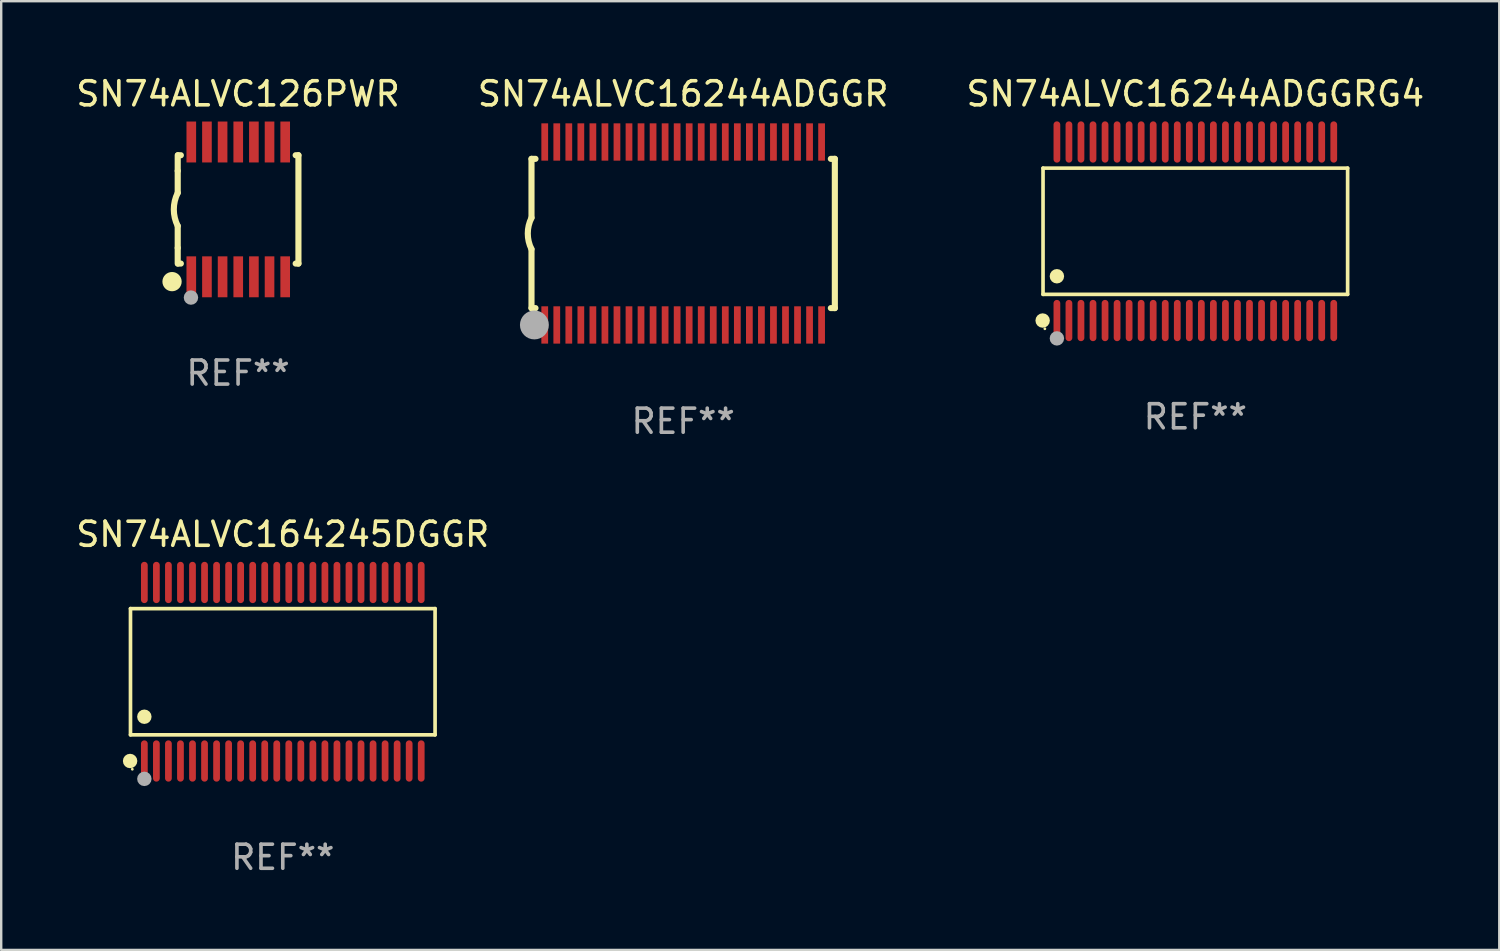
<source format=kicad_pcb>
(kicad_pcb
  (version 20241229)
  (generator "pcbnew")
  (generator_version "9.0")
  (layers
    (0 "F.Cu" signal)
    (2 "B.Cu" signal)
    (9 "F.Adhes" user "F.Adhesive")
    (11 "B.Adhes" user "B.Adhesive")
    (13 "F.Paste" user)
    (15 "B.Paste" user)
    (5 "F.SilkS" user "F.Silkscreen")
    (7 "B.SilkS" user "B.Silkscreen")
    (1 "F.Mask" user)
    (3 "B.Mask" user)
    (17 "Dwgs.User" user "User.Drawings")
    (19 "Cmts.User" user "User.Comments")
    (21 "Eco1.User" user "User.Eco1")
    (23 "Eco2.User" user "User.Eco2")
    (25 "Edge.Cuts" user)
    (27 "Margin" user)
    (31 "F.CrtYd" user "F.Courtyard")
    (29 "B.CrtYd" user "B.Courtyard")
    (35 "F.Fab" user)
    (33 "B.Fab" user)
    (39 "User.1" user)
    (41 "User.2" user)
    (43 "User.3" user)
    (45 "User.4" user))
  (footprint "SN74ALVC16244ADGGRG4"
    (layer "F.Cu")
    (at 46.601 6.556)
    (property "Reference" "SN74ALVC16244ADGGRG4" (at 0 -5.708 0) (layer "F.SilkS") (effects (font (size 1 1) (thickness 0.15))))
    (attr through_hole)
    (fp_line (start -6.326 -2.622) (end 6.326 -2.622) (stroke (width 0.152) (type solid)) (layer "F.SilkS"))
    (fp_line (start -6.326 2.621) (end -6.326 -2.622) (stroke (width 0.152) (type solid)) (layer "F.SilkS"))
    (fp_line (start 6.326 -2.622) (end 6.326 2.621) (stroke (width 0.152) (type solid)) (layer "F.SilkS"))
    (fp_line (start 6.326 2.621) (end -6.326 2.621) (stroke (width 0.152) (type solid)) (layer "F.SilkS"))
    (fp_circle (center -6.342 3.708) (end -6.192 3.708) (stroke (width 0.3) (type solid)) (fill no) (layer "F.SilkS"))
    (fp_circle (center -6.25 4.05) (end -6.22 4.05) (stroke (width 0.06) (type solid)) (fill no) (layer "F.SilkS"))
    (fp_circle (center -5.75 1.869) (end -5.6 1.869) (stroke (width 0.3) (type solid)) (fill no) (layer "F.SilkS"))
    (fp_circle (center -5.75 4.45) (end -5.6 4.45) (stroke (width 0.3) (type solid)) (fill no) (layer "F.Fab"))
    (fp_text user "REF**" (at 0 7.708 0) (layer "F.Fab") (effects (font (size 1 1) (thickness 0.15))))
    (pad "1" smd oval (at -5.75 3.708) (size 0.28 1.715) (layers "F.Cu" "F.Mask" "F.Paste"))
    (pad "2" smd oval (at -5.25 3.708) (size 0.28 1.715) (layers "F.Cu" "F.Mask" "F.Paste"))
    (pad "3" smd oval (at -4.75 3.708) (size 0.28 1.715) (layers "F.Cu" "F.Mask" "F.Paste"))
    (pad "4" smd oval (at -4.25 3.708) (size 0.28 1.715) (layers "F.Cu" "F.Mask" "F.Paste"))
    (pad "5" smd oval (at -3.75 3.708) (size 0.28 1.715) (layers "F.Cu" "F.Mask" "F.Paste"))
    (pad "6" smd oval (at -3.25 3.708) (size 0.28 1.715) (layers "F.Cu" "F.Mask" "F.Paste"))
    (pad "7" smd oval (at -2.75 3.708) (size 0.28 1.715) (layers "F.Cu" "F.Mask" "F.Paste"))
    (pad "8" smd oval (at -2.25 3.708) (size 0.28 1.715) (layers "F.Cu" "F.Mask" "F.Paste"))
    (pad "9" smd oval (at -1.75 3.708) (size 0.28 1.715) (layers "F.Cu" "F.Mask" "F.Paste"))
    (pad "10" smd oval (at -1.25 3.708) (size 0.28 1.715) (layers "F.Cu" "F.Mask" "F.Paste"))
    (pad "11" smd oval (at -0.75 3.708) (size 0.28 1.715) (layers "F.Cu" "F.Mask" "F.Paste"))
    (pad "12" smd oval (at -0.25 3.708) (size 0.28 1.715) (layers "F.Cu" "F.Mask" "F.Paste"))
    (pad "13" smd oval (at 0.25 3.708) (size 0.28 1.715) (layers "F.Cu" "F.Mask" "F.Paste"))
    (pad "14" smd oval (at 0.75 3.708) (size 0.28 1.715) (layers "F.Cu" "F.Mask" "F.Paste"))
    (pad "15" smd oval (at 1.25 3.708) (size 0.28 1.715) (layers "F.Cu" "F.Mask" "F.Paste"))
    (pad "16" smd oval (at 1.75 3.708) (size 0.28 1.715) (layers "F.Cu" "F.Mask" "F.Paste"))
    (pad "17" smd oval (at 2.25 3.708) (size 0.28 1.715) (layers "F.Cu" "F.Mask" "F.Paste"))
    (pad "18" smd oval (at 2.75 3.708) (size 0.28 1.715) (layers "F.Cu" "F.Mask" "F.Paste"))
    (pad "19" smd oval (at 3.25 3.708) (size 0.28 1.715) (layers "F.Cu" "F.Mask" "F.Paste"))
    (pad "20" smd oval (at 3.75 3.708) (size 0.28 1.715) (layers "F.Cu" "F.Mask" "F.Paste"))
    (pad "21" smd oval (at 4.25 3.708) (size 0.28 1.715) (layers "F.Cu" "F.Mask" "F.Paste"))
    (pad "22" smd oval (at 4.75 3.708) (size 0.28 1.715) (layers "F.Cu" "F.Mask" "F.Paste"))
    (pad "23" smd oval (at 5.25 3.708) (size 0.28 1.715) (layers "F.Cu" "F.Mask" "F.Paste"))
    (pad "24" smd oval (at 5.75 3.708) (size 0.28 1.715) (layers "F.Cu" "F.Mask" "F.Paste"))
    (pad "25" smd oval (at 5.75 -3.708) (size 0.28 1.715) (layers "F.Cu" "F.Mask" "F.Paste"))
    (pad "26" smd oval (at 5.25 -3.708) (size 0.28 1.715) (layers "F.Cu" "F.Mask" "F.Paste"))
    (pad "27" smd oval (at 4.75 -3.708) (size 0.28 1.715) (layers "F.Cu" "F.Mask" "F.Paste"))
    (pad "28" smd oval (at 4.25 -3.708) (size 0.28 1.715) (layers "F.Cu" "F.Mask" "F.Paste"))
    (pad "29" smd oval (at 3.75 -3.708) (size 0.28 1.715) (layers "F.Cu" "F.Mask" "F.Paste"))
    (pad "30" smd oval (at 3.25 -3.708) (size 0.28 1.715) (layers "F.Cu" "F.Mask" "F.Paste"))
    (pad "31" smd oval (at 2.75 -3.708) (size 0.28 1.715) (layers "F.Cu" "F.Mask" "F.Paste"))
    (pad "32" smd oval (at 2.25 -3.708) (size 0.28 1.715) (layers "F.Cu" "F.Mask" "F.Paste"))
    (pad "33" smd oval (at 1.75 -3.708) (size 0.28 1.715) (layers "F.Cu" "F.Mask" "F.Paste"))
    (pad "34" smd oval (at 1.25 -3.708) (size 0.28 1.715) (layers "F.Cu" "F.Mask" "F.Paste"))
    (pad "35" smd oval (at 0.75 -3.708) (size 0.28 1.715) (layers "F.Cu" "F.Mask" "F.Paste"))
    (pad "36" smd oval (at 0.25 -3.708) (size 0.28 1.715) (layers "F.Cu" "F.Mask" "F.Paste"))
    (pad "37" smd oval (at -0.25 -3.708) (size 0.28 1.715) (layers "F.Cu" "F.Mask" "F.Paste"))
    (pad "38" smd oval (at -0.75 -3.708) (size 0.28 1.715) (layers "F.Cu" "F.Mask" "F.Paste"))
    (pad "39" smd oval (at -1.25 -3.708) (size 0.28 1.715) (layers "F.Cu" "F.Mask" "F.Paste"))
    (pad "40" smd oval (at -1.75 -3.708) (size 0.28 1.715) (layers "F.Cu" "F.Mask" "F.Paste"))
    (pad "41" smd oval (at -2.25 -3.708) (size 0.28 1.715) (layers "F.Cu" "F.Mask" "F.Paste"))
    (pad "42" smd oval (at -2.75 -3.708) (size 0.28 1.715) (layers "F.Cu" "F.Mask" "F.Paste"))
    (pad "43" smd oval (at -3.25 -3.708) (size 0.28 1.715) (layers "F.Cu" "F.Mask" "F.Paste"))
    (pad "44" smd oval (at -3.75 -3.708) (size 0.28 1.715) (layers "F.Cu" "F.Mask" "F.Paste"))
    (pad "45" smd oval (at -4.25 -3.708) (size 0.28 1.715) (layers "F.Cu" "F.Mask" "F.Paste"))
    (pad "46" smd oval (at -4.75 -3.708) (size 0.28 1.715) (layers "F.Cu" "F.Mask" "F.Paste"))
    (pad "47" smd oval (at -5.25 -3.708) (size 0.28 1.715) (layers "F.Cu" "F.Mask" "F.Paste"))
    (pad "48" smd oval (at -5.75 -3.708) (size 0.28 1.715) (layers "F.Cu" "F.Mask" "F.Paste")))
  (footprint "SN74ALVC164245DGGR"
    (layer "F.Cu")
    (at 8.696 24.852)
    (property "Reference" "SN74ALVC164245DGGR" (at 0 -5.708 0) (layer "F.SilkS") (effects (font (size 1 1) (thickness 0.15))))
    (attr through_hole)
    (fp_line (start -6.326 -2.622) (end 6.326 -2.622) (stroke (width 0.152) (type solid)) (layer "F.SilkS"))
    (fp_line (start -6.326 2.621) (end -6.326 -2.622) (stroke (width 0.152) (type solid)) (layer "F.SilkS"))
    (fp_line (start 6.326 -2.622) (end 6.326 2.621) (stroke (width 0.152) (type solid)) (layer "F.SilkS"))
    (fp_line (start 6.326 2.621) (end -6.326 2.621) (stroke (width 0.152) (type solid)) (layer "F.SilkS"))
    (fp_circle (center -6.342 3.708) (end -6.192 3.708) (stroke (width 0.3) (type solid)) (fill no) (layer "F.SilkS"))
    (fp_circle (center -6.25 4.05) (end -6.22 4.05) (stroke (width 0.06) (type solid)) (fill no) (layer "F.SilkS"))
    (fp_circle (center -5.75 1.869) (end -5.6 1.869) (stroke (width 0.3) (type solid)) (fill no) (layer "F.SilkS"))
    (fp_circle (center -5.75 4.45) (end -5.6 4.45) (stroke (width 0.3) (type solid)) (fill no) (layer "F.Fab"))
    (fp_text user "REF**" (at 0 7.708 0) (layer "F.Fab") (effects (font (size 1 1) (thickness 0.15))))
    (pad "1" smd oval (at -5.75 3.708) (size 0.28 1.715) (layers "F.Cu" "F.Mask" "F.Paste"))
    (pad "2" smd oval (at -5.25 3.708) (size 0.28 1.715) (layers "F.Cu" "F.Mask" "F.Paste"))
    (pad "3" smd oval (at -4.75 3.708) (size 0.28 1.715) (layers "F.Cu" "F.Mask" "F.Paste"))
    (pad "4" smd oval (at -4.25 3.708) (size 0.28 1.715) (layers "F.Cu" "F.Mask" "F.Paste"))
    (pad "5" smd oval (at -3.75 3.708) (size 0.28 1.715) (layers "F.Cu" "F.Mask" "F.Paste"))
    (pad "6" smd oval (at -3.25 3.708) (size 0.28 1.715) (layers "F.Cu" "F.Mask" "F.Paste"))
    (pad "7" smd oval (at -2.75 3.708) (size 0.28 1.715) (layers "F.Cu" "F.Mask" "F.Paste"))
    (pad "8" smd oval (at -2.25 3.708) (size 0.28 1.715) (layers "F.Cu" "F.Mask" "F.Paste"))
    (pad "9" smd oval (at -1.75 3.708) (size 0.28 1.715) (layers "F.Cu" "F.Mask" "F.Paste"))
    (pad "10" smd oval (at -1.25 3.708) (size 0.28 1.715) (layers "F.Cu" "F.Mask" "F.Paste"))
    (pad "11" smd oval (at -0.75 3.708) (size 0.28 1.715) (layers "F.Cu" "F.Mask" "F.Paste"))
    (pad "12" smd oval (at -0.25 3.708) (size 0.28 1.715) (layers "F.Cu" "F.Mask" "F.Paste"))
    (pad "13" smd oval (at 0.25 3.708) (size 0.28 1.715) (layers "F.Cu" "F.Mask" "F.Paste"))
    (pad "14" smd oval (at 0.75 3.708) (size 0.28 1.715) (layers "F.Cu" "F.Mask" "F.Paste"))
    (pad "15" smd oval (at 1.25 3.708) (size 0.28 1.715) (layers "F.Cu" "F.Mask" "F.Paste"))
    (pad "16" smd oval (at 1.75 3.708) (size 0.28 1.715) (layers "F.Cu" "F.Mask" "F.Paste"))
    (pad "17" smd oval (at 2.25 3.708) (size 0.28 1.715) (layers "F.Cu" "F.Mask" "F.Paste"))
    (pad "18" smd oval (at 2.75 3.708) (size 0.28 1.715) (layers "F.Cu" "F.Mask" "F.Paste"))
    (pad "19" smd oval (at 3.25 3.708) (size 0.28 1.715) (layers "F.Cu" "F.Mask" "F.Paste"))
    (pad "20" smd oval (at 3.75 3.708) (size 0.28 1.715) (layers "F.Cu" "F.Mask" "F.Paste"))
    (pad "21" smd oval (at 4.25 3.708) (size 0.28 1.715) (layers "F.Cu" "F.Mask" "F.Paste"))
    (pad "22" smd oval (at 4.75 3.708) (size 0.28 1.715) (layers "F.Cu" "F.Mask" "F.Paste"))
    (pad "23" smd oval (at 5.25 3.708) (size 0.28 1.715) (layers "F.Cu" "F.Mask" "F.Paste"))
    (pad "24" smd oval (at 5.75 3.708) (size 0.28 1.715) (layers "F.Cu" "F.Mask" "F.Paste"))
    (pad "25" smd oval (at 5.75 -3.708) (size 0.28 1.715) (layers "F.Cu" "F.Mask" "F.Paste"))
    (pad "26" smd oval (at 5.25 -3.708) (size 0.28 1.715) (layers "F.Cu" "F.Mask" "F.Paste"))
    (pad "27" smd oval (at 4.75 -3.708) (size 0.28 1.715) (layers "F.Cu" "F.Mask" "F.Paste"))
    (pad "28" smd oval (at 4.25 -3.708) (size 0.28 1.715) (layers "F.Cu" "F.Mask" "F.Paste"))
    (pad "29" smd oval (at 3.75 -3.708) (size 0.28 1.715) (layers "F.Cu" "F.Mask" "F.Paste"))
    (pad "30" smd oval (at 3.25 -3.708) (size 0.28 1.715) (layers "F.Cu" "F.Mask" "F.Paste"))
    (pad "31" smd oval (at 2.75 -3.708) (size 0.28 1.715) (layers "F.Cu" "F.Mask" "F.Paste"))
    (pad "32" smd oval (at 2.25 -3.708) (size 0.28 1.715) (layers "F.Cu" "F.Mask" "F.Paste"))
    (pad "33" smd oval (at 1.75 -3.708) (size 0.28 1.715) (layers "F.Cu" "F.Mask" "F.Paste"))
    (pad "34" smd oval (at 1.25 -3.708) (size 0.28 1.715) (layers "F.Cu" "F.Mask" "F.Paste"))
    (pad "35" smd oval (at 0.75 -3.708) (size 0.28 1.715) (layers "F.Cu" "F.Mask" "F.Paste"))
    (pad "36" smd oval (at 0.25 -3.708) (size 0.28 1.715) (layers "F.Cu" "F.Mask" "F.Paste"))
    (pad "37" smd oval (at -0.25 -3.708) (size 0.28 1.715) (layers "F.Cu" "F.Mask" "F.Paste"))
    (pad "38" smd oval (at -0.75 -3.708) (size 0.28 1.715) (layers "F.Cu" "F.Mask" "F.Paste"))
    (pad "39" smd oval (at -1.25 -3.708) (size 0.28 1.715) (layers "F.Cu" "F.Mask" "F.Paste"))
    (pad "40" smd oval (at -1.75 -3.708) (size 0.28 1.715) (layers "F.Cu" "F.Mask" "F.Paste"))
    (pad "41" smd oval (at -2.25 -3.708) (size 0.28 1.715) (layers "F.Cu" "F.Mask" "F.Paste"))
    (pad "42" smd oval (at -2.75 -3.708) (size 0.28 1.715) (layers "F.Cu" "F.Mask" "F.Paste"))
    (pad "43" smd oval (at -3.25 -3.708) (size 0.28 1.715) (layers "F.Cu" "F.Mask" "F.Paste"))
    (pad "44" smd oval (at -3.75 -3.708) (size 0.28 1.715) (layers "F.Cu" "F.Mask" "F.Paste"))
    (pad "45" smd oval (at -4.25 -3.708) (size 0.28 1.715) (layers "F.Cu" "F.Mask" "F.Paste"))
    (pad "46" smd oval (at -4.75 -3.708) (size 0.28 1.715) (layers "F.Cu" "F.Mask" "F.Paste"))
    (pad "47" smd oval (at -5.25 -3.708) (size 0.28 1.715) (layers "F.Cu" "F.Mask" "F.Paste"))
    (pad "48" smd oval (at -5.75 -3.708) (size 0.28 1.715) (layers "F.Cu" "F.Mask" "F.Paste")))
  (footprint "SN74ALVC16244ADGGR"
    (layer "F.Cu")
    (at 25.327 6.648)
    (property "Reference" "SN74ALVC16244ADGGR" (at 0 -5.8 0) (layer "F.SilkS") (effects (font (size 1 1) (thickness 0.15))))
    (attr through_hole)
    (fp_line (start -6.3 -3.1) (end -6.3 -0.65) (stroke (width 0.254) (type solid)) (layer "F.SilkS"))
    (fp_line (start -6.3 -3.1) (end -6.134 -3.1) (stroke (width 0.254) (type solid)) (layer "F.SilkS"))
    (fp_line (start -6.3 3.1) (end -6.3 0.65) (stroke (width 0.254) (type solid)) (layer "F.SilkS"))
    (fp_line (start -6.3 3.1) (end -6.134 3.1) (stroke (width 0.254) (type solid)) (layer "F.SilkS"))
    (fp_line (start 6.134 -3.1) (end 6.3 -3.1) (stroke (width 0.254) (type solid)) (layer "F.SilkS"))
    (fp_line (start 6.134 3.1) (end 6.3 3.1) (stroke (width 0.254) (type solid)) (layer "F.SilkS"))
    (fp_line (start 6.3 -3.1) (end 6.3 3.1) (stroke (width 0.254) (type solid)) (layer "F.SilkS"))
    (fp_arc (start -6.301016 0.650114) (mid -6.45413 -0.000082) (end -6.3 -0.650038) (stroke (width 0.254001) (type solid)) (layer "F.SilkS"))
    (fp_circle (center -6.35 3.81) (end -6.223 3.81) (stroke (width 0.254) (type solid)) (fill no) (layer "F.SilkS"))
    (fp_circle (center -6.25 4.05) (end -6.22 4.05) (stroke (width 0.06) (type solid)) (fill no) (layer "F.SilkS"))
    (fp_circle (center -6.18 3.8) (end -5.88 3.8) (stroke (width 0.6) (type solid)) (fill no) (layer "F.Fab"))
    (fp_text user "REF**" (at 0 7.8 0) (layer "F.Fab") (effects (font (size 1 1) (thickness 0.15))))
    (pad "1" smd rect (at -5.75 3.8) (size 0.28 1.55) (layers "F.Cu" "F.Mask" "F.Paste"))
    (pad "2" smd rect (at -5.25 3.8) (size 0.28 1.55) (layers "F.Cu" "F.Mask" "F.Paste"))
    (pad "3" smd rect (at -4.75 3.8) (size 0.28 1.55) (layers "F.Cu" "F.Mask" "F.Paste"))
    (pad "4" smd rect (at -4.25 3.8) (size 0.28 1.55) (layers "F.Cu" "F.Mask" "F.Paste"))
    (pad "5" smd rect (at -3.75 3.8) (size 0.28 1.55) (layers "F.Cu" "F.Mask" "F.Paste"))
    (pad "6" smd rect (at -3.25 3.8) (size 0.28 1.55) (layers "F.Cu" "F.Mask" "F.Paste"))
    (pad "7" smd rect (at -2.75 3.8) (size 0.28 1.55) (layers "F.Cu" "F.Mask" "F.Paste"))
    (pad "8" smd rect (at -2.25 3.8) (size 0.28 1.55) (layers "F.Cu" "F.Mask" "F.Paste"))
    (pad "9" smd rect (at -1.75 3.8) (size 0.28 1.55) (layers "F.Cu" "F.Mask" "F.Paste"))
    (pad "10" smd rect (at -1.25 3.8) (size 0.28 1.55) (layers "F.Cu" "F.Mask" "F.Paste"))
    (pad "11" smd rect (at -0.75 3.8) (size 0.28 1.55) (layers "F.Cu" "F.Mask" "F.Paste"))
    (pad "12" smd rect (at -0.25 3.8) (size 0.28 1.55) (layers "F.Cu" "F.Mask" "F.Paste"))
    (pad "13" smd rect (at 0.25 3.8) (size 0.28 1.55) (layers "F.Cu" "F.Mask" "F.Paste"))
    (pad "14" smd rect (at 0.75 3.8) (size 0.28 1.55) (layers "F.Cu" "F.Mask" "F.Paste"))
    (pad "15" smd rect (at 1.25 3.8) (size 0.28 1.55) (layers "F.Cu" "F.Mask" "F.Paste"))
    (pad "16" smd rect (at 1.75 3.8) (size 0.28 1.55) (layers "F.Cu" "F.Mask" "F.Paste"))
    (pad "17" smd rect (at 2.25 3.8) (size 0.28 1.55) (layers "F.Cu" "F.Mask" "F.Paste"))
    (pad "18" smd rect (at 2.75 3.8) (size 0.28 1.55) (layers "F.Cu" "F.Mask" "F.Paste"))
    (pad "19" smd rect (at 3.25 3.8) (size 0.28 1.55) (layers "F.Cu" "F.Mask" "F.Paste"))
    (pad "20" smd rect (at 3.75 3.8) (size 0.28 1.55) (layers "F.Cu" "F.Mask" "F.Paste"))
    (pad "21" smd rect (at 4.25 3.8) (size 0.28 1.55) (layers "F.Cu" "F.Mask" "F.Paste"))
    (pad "22" smd rect (at 4.75 3.8) (size 0.28 1.55) (layers "F.Cu" "F.Mask" "F.Paste"))
    (pad "23" smd rect (at 5.25 3.8) (size 0.28 1.55) (layers "F.Cu" "F.Mask" "F.Paste"))
    (pad "24" smd rect (at 5.75 3.8) (size 0.28 1.55) (layers "F.Cu" "F.Mask" "F.Paste"))
    (pad "25" smd rect (at 5.75 -3.8) (size 0.28 1.55) (layers "F.Cu" "F.Mask" "F.Paste"))
    (pad "26" smd rect (at 5.25 -3.8) (size 0.28 1.55) (layers "F.Cu" "F.Mask" "F.Paste"))
    (pad "27" smd rect (at 4.75 -3.8) (size 0.28 1.55) (layers "F.Cu" "F.Mask" "F.Paste"))
    (pad "28" smd rect (at 4.25 -3.8) (size 0.28 1.55) (layers "F.Cu" "F.Mask" "F.Paste"))
    (pad "29" smd rect (at 3.75 -3.8) (size 0.28 1.55) (layers "F.Cu" "F.Mask" "F.Paste"))
    (pad "30" smd rect (at 3.25 -3.8) (size 0.28 1.55) (layers "F.Cu" "F.Mask" "F.Paste"))
    (pad "31" smd rect (at 2.75 -3.8) (size 0.28 1.55) (layers "F.Cu" "F.Mask" "F.Paste"))
    (pad "32" smd rect (at 2.25 -3.8) (size 0.28 1.55) (layers "F.Cu" "F.Mask" "F.Paste"))
    (pad "33" smd rect (at 1.75 -3.8) (size 0.28 1.55) (layers "F.Cu" "F.Mask" "F.Paste"))
    (pad "34" smd rect (at 1.25 -3.8) (size 0.28 1.55) (layers "F.Cu" "F.Mask" "F.Paste"))
    (pad "35" smd rect (at 0.75 -3.8) (size 0.28 1.55) (layers "F.Cu" "F.Mask" "F.Paste"))
    (pad "36" smd rect (at 0.25 -3.8) (size 0.28 1.55) (layers "F.Cu" "F.Mask" "F.Paste"))
    (pad "37" smd rect (at -0.25 -3.8) (size 0.28 1.55) (layers "F.Cu" "F.Mask" "F.Paste"))
    (pad "38" smd rect (at -0.75 -3.8) (size 0.28 1.55) (layers "F.Cu" "F.Mask" "F.Paste"))
    (pad "39" smd rect (at -1.25 -3.8) (size 0.28 1.55) (layers "F.Cu" "F.Mask" "F.Paste"))
    (pad "40" smd rect (at -1.75 -3.8) (size 0.28 1.55) (layers "F.Cu" "F.Mask" "F.Paste"))
    (pad "41" smd rect (at -2.25 -3.8) (size 0.28 1.55) (layers "F.Cu" "F.Mask" "F.Paste"))
    (pad "42" smd rect (at -2.75 -3.8) (size 0.28 1.55) (layers "F.Cu" "F.Mask" "F.Paste"))
    (pad "43" smd rect (at -3.25 -3.8) (size 0.28 1.55) (layers "F.Cu" "F.Mask" "F.Paste"))
    (pad "44" smd rect (at -3.75 -3.8) (size 0.28 1.55) (layers "F.Cu" "F.Mask" "F.Paste"))
    (pad "45" smd rect (at -4.25 -3.8) (size 0.28 1.55) (layers "F.Cu" "F.Mask" "F.Paste"))
    (pad "46" smd rect (at -4.75 -3.8) (size 0.28 1.55) (layers "F.Cu" "F.Mask" "F.Paste"))
    (pad "47" smd rect (at -5.25 -3.8) (size 0.28 1.55) (layers "F.Cu" "F.Mask" "F.Paste"))
    (pad "48" smd rect (at -5.75 -3.8) (size 0.28 1.55) (layers "F.Cu" "F.Mask" "F.Paste")))
  (footprint "SN74ALVC126PWR"
    (layer "F.Cu")
    (at 6.839 5.648)
    (property "Reference" "SN74ALVC126PWR" (at 0 -4.8 0) (layer "F.SilkS") (effects (font (size 1 1) (thickness 0.15))))
    (attr through_hole)
    (fp_line (start -2.507 -1.6) (end -2.507 -2.25) (stroke (width 0.254) (type solid)) (layer "F.SilkS"))
    (fp_line (start -2.507 -0.686) (end -2.507 -1.6) (stroke (width 0.254) (type solid)) (layer "F.SilkS"))
    (fp_line (start -2.507 1.6) (end -2.507 0.686) (stroke (width 0.254) (type solid)) (layer "F.SilkS"))
    (fp_line (start -2.507 1.6) (end -2.507 2.25) (stroke (width 0.254) (type solid)) (layer "F.SilkS"))
    (fp_line (start -2.493 -2.25) (end -2.377 -2.25) (stroke (width 0.254) (type solid)) (layer "F.SilkS"))
    (fp_line (start -2.377 2.25) (end -2.493 2.25) (stroke (width 0.254) (type solid)) (layer "F.SilkS"))
    (fp_line (start 2.392 -2.25) (end 2.507 -2.25) (stroke (width 0.254) (type solid)) (layer "F.SilkS"))
    (fp_line (start 2.507 -2.25) (end 2.507 2.25) (stroke (width 0.254) (type solid)) (layer "F.SilkS"))
    (fp_line (start 2.507 2.25) (end 2.392 2.25) (stroke (width 0.254) (type solid)) (layer "F.SilkS"))
    (fp_arc (start -2.507303 0.685802) (mid -2.669199 0) (end -2.507303 -0.685801) (stroke (width 0.254001) (type solid)) (layer "F.SilkS"))
    (fp_circle (center -2.743 3) (end -2.543 3) (stroke (width 0.4) (type solid)) (fill no) (layer "F.SilkS"))
    (fp_circle (center -2.493 3.2) (end -2.463 3.2) (stroke (width 0.06) (type solid)) (fill no) (layer "F.SilkS"))
    (fp_circle (center -1.957 3.662) (end -1.807 3.662) (stroke (width 0.3) (type solid)) (fill no) (layer "F.Fab"))
    (fp_text user "REF**" (at 0 6.8 0) (layer "F.Fab") (effects (font (size 1 1) (thickness 0.15))))
    (pad "1" smd rect (at -1.943 2.8) (size 0.4 1.7) (layers "F.Cu" "F.Mask" "F.Paste"))
    (pad "2" smd rect (at -1.293 2.8) (size 0.4 1.7) (layers "F.Cu" "F.Mask" "F.Paste"))
    (pad "3" smd rect (at -0.643 2.8) (size 0.4 1.7) (layers "F.Cu" "F.Mask" "F.Paste"))
    (pad "4" smd rect (at 0.007 2.8) (size 0.4 1.7) (layers "F.Cu" "F.Mask" "F.Paste"))
    (pad "5" smd rect (at 0.657 2.8) (size 0.4 1.7) (layers "F.Cu" "F.Mask" "F.Paste"))
    (pad "6" smd rect (at 1.307 2.8) (size 0.4 1.7) (layers "F.Cu" "F.Mask" "F.Paste"))
    (pad "7" smd rect (at 1.957 2.8) (size 0.4 1.7) (layers "F.Cu" "F.Mask" "F.Paste"))
    (pad "8" smd rect (at 1.957 -2.8) (size 0.4 1.7) (layers "F.Cu" "F.Mask" "F.Paste"))
    (pad "9" smd rect (at 1.307 -2.8) (size 0.4 1.7) (layers "F.Cu" "F.Mask" "F.Paste"))
    (pad "10" smd rect (at 0.657 -2.8) (size 0.4 1.7) (layers "F.Cu" "F.Mask" "F.Paste"))
    (pad "11" smd rect (at 0.007 -2.8) (size 0.4 1.7) (layers "F.Cu" "F.Mask" "F.Paste"))
    (pad "12" smd rect (at -0.643 -2.8) (size 0.4 1.7) (layers "F.Cu" "F.Mask" "F.Paste"))
    (pad "13" smd rect (at -1.293 -2.8) (size 0.4 1.7) (layers "F.Cu" "F.Mask" "F.Paste"))
    (pad "14" smd rect (at -1.943 -2.8) (size 0.4 1.7) (layers "F.Cu" "F.Mask" "F.Paste")))
  (gr_rect
    (start -3 -3)
    (end 59.226 36.408)
    (stroke (width 0.1) (type default))
    (fill no)
    (layer "Edge.Cuts")))
</source>
